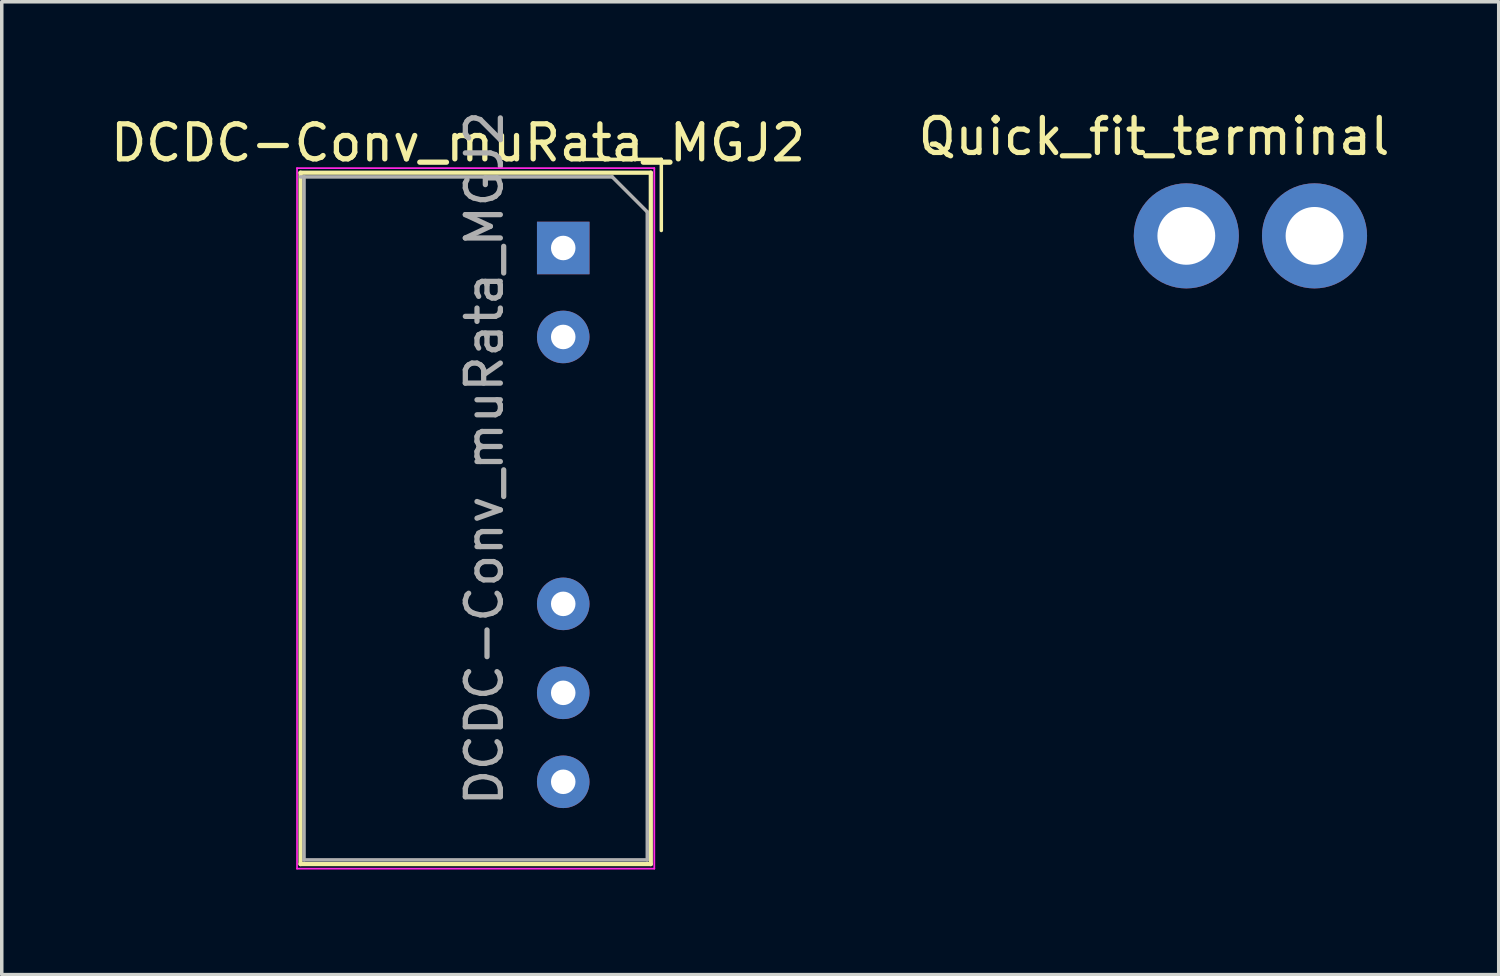
<source format=kicad_pcb>
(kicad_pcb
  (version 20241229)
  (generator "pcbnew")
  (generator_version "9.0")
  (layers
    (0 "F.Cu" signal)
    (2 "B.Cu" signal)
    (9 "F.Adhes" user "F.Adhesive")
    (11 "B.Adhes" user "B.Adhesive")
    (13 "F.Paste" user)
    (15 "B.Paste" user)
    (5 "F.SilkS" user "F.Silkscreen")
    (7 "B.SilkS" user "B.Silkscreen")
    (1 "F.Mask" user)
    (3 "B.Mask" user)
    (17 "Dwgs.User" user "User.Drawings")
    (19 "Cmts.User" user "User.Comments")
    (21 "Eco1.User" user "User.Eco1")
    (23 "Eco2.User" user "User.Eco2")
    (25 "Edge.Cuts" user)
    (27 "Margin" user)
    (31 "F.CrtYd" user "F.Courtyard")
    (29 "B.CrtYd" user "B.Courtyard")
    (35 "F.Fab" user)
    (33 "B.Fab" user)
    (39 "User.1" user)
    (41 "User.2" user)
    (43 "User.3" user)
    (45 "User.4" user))
  (footprint "Quick_fit_terminal"
    (layer "F.Cu")
    (at 32.649 3.684)
    (property "Reference" "Quick_fit_terminal" (at -2.75 -2.836 0) (layer "F.SilkS") (effects (font (size 1 1) (thickness 0.15))))
    (attr through_hole)
    (pad "1" thru_hole circle (at -1.83 0) (size 3 3) (drill 1.65) (layers "*.Cu" "*.Mask"))
    (pad "1" thru_hole circle (at 1.83 0) (size 3 3) (drill 1.65) (layers "*.Cu" "*.Mask")))
  (footprint "DCDC-Conv_muRata_MGJ2"
    (layer "F.Cu")
    (at 13.03 4.03)
    (property "Reference" "DCDC-Conv_muRata_MGJ2" (at -3 -3 0) (layer "F.SilkS") (effects (font (size 1 1) (thickness 0.15))))
    (attr through_hole)
    (fp_line (start -7.5 -2.15) (end -7.5 17.59) (stroke (width 0.12) (type solid)) (layer "F.SilkS"))
    (fp_line (start -7.5 17.59) (end 2.5 17.59) (stroke (width 0.12) (type solid)) (layer "F.SilkS"))
    (fp_line (start 2.5 -2.15) (end -7.5 -2.15) (stroke (width 0.12) (type solid)) (layer "F.SilkS"))
    (fp_line (start 2.5 17.59) (end 2.5 -2.15) (stroke (width 0.12) (type solid)) (layer "F.SilkS"))
    (fp_line (start 2.8 -2.53) (end 0.5 -2.53) (stroke (width 0.1) (type solid)) (layer "F.SilkS"))
    (fp_line (start 2.8 -2.53) (end 2.8 -0.5) (stroke (width 0.1) (type solid)) (layer "F.SilkS"))
    (fp_line (start -7.6 -2.28) (end -7.6 17.72) (stroke (width 0.05) (type solid)) (layer "F.CrtYd"))
    (fp_line (start -7.6 17.72) (end 2.6 17.72) (stroke (width 0.05) (type solid)) (layer "F.CrtYd"))
    (fp_line (start 2.6 -2.28) (end -7.6 -2.28) (stroke (width 0.05) (type solid)) (layer "F.CrtYd"))
    (fp_line (start 2.6 17.72) (end 2.6 -2.28) (stroke (width 0.05) (type solid)) (layer "F.CrtYd"))
    (fp_line (start -7.4 -2.03) (end -7.4 17.47) (stroke (width 0.1) (type solid)) (layer "F.Fab"))
    (fp_line (start -7.4 17.47) (end 2.4 17.47) (stroke (width 0.1) (type solid)) (layer "F.Fab"))
    (fp_line (start 1.4 -2.03) (end -7.5 -2.03) (stroke (width 0.1) (type solid)) (layer "F.Fab"))
    (fp_line (start 1.4 -2.03) (end 2.4 -1.03) (stroke (width 0.1) (type solid)) (layer "F.Fab"))
    (fp_line (start 2.4 17.47) (end 2.4 -1.03) (stroke (width 0.1) (type solid)) (layer "F.Fab"))
    (fp_text user "${REFERENCE}" (at -2.25 6 90) (layer "F.Fab") (effects (font (size 1 1) (thickness 0.15))))
    (pad "1" thru_hole rect (at 0 0) (size 1.5 1.5) (drill 0.7) (layers "*.Cu" "*.Mask"))
    (pad "2" thru_hole oval (at 0 2.54) (size 1.5 1.5) (drill 0.7) (layers "*.Cu" "*.Mask"))
    (pad "5" thru_hole oval (at 0 10.16) (size 1.5 1.5) (drill 0.7) (layers "*.Cu" "*.Mask"))
    (pad "6" thru_hole oval (at 0 12.7) (size 1.5 1.5) (drill 0.7) (layers "*.Cu" "*.Mask"))
    (pad "7" thru_hole oval (at 0 15.24) (size 1.5 1.5) (drill 0.7) (layers "*.Cu" "*.Mask")))
  (gr_rect
    (start -3 -3)
    (end 39.738 24.775)
    (stroke (width 0.1) (type default))
    (fill no)
    (layer "Edge.Cuts")))
</source>
